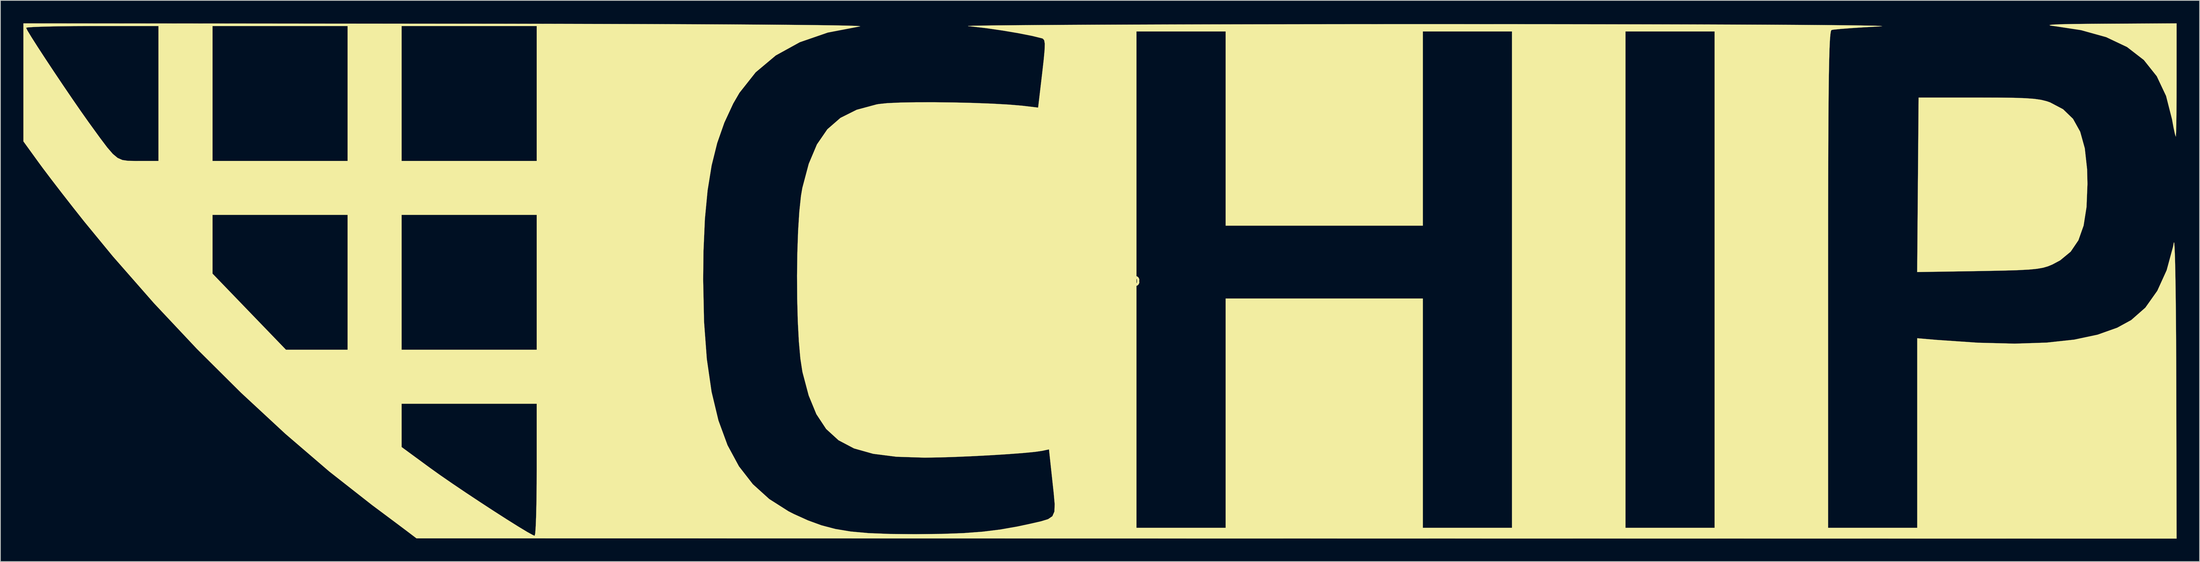
<source format=kicad_pcb>
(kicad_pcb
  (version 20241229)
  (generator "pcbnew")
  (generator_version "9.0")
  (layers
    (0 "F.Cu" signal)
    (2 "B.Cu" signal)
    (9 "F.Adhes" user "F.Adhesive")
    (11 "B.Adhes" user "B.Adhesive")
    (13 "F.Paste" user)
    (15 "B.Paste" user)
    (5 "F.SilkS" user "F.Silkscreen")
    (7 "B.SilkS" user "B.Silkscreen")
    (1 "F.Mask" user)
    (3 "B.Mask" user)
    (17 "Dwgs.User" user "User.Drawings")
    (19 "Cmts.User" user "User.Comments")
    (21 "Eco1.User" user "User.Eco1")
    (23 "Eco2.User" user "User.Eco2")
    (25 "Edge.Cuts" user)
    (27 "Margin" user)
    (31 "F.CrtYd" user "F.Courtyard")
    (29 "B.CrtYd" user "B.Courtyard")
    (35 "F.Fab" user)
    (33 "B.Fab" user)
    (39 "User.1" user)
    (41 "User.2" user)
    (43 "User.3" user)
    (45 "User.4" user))
  (footprint "logo_chip"
    (layer "F.Cu")
    (at 140.411 33.519)
    (property "Reference" "logo_chip" (at 0 0 0) (layer "F.SilkS") (effects (font (size 1.524 1.524) (thickness 0.3))))
    (attr through_hole)
    (fp_poly (pts (xy 140.758 -26.106) (xy 140.754 -23.905) (xy 140.74 -21.965) (xy 140.72 -20.388) (xy 140.694 -19.276) (xy 140.664 -18.734) (xy 140.654 -18.697) (xy 140.546 -19.015) (xy 140.366 -19.847) (xy 140.16 -20.97) (xy 139.384 -24.023) (xy 138.168 -26.599) (xy 136.48 -28.723) (xy 134.289 -30.419) (xy 131.564 -31.712) (xy 128.275 -32.627) (xy 124.93 -33.135) (xy 124.279 -33.222) (xy 124.152 -33.293) (xy 124.58 -33.351) (xy 125.596 -33.396) (xy 127.232 -33.43) (xy 129.519 -33.454) (xy 131.498 -33.467) (xy 140.758 -33.514) (xy 140.758 -26.106)) (stroke (width 0.01) (type solid)) (fill yes) (layer "F.SilkS"))
    (fp_poly (pts (xy 117.465 -23.805) (xy 119.501 -23.779) (xy 121.046 -23.725) (xy 122.204 -23.638) (xy 123.083 -23.51) (xy 123.789 -23.333) (xy 124.25 -23.172) (xy 125.936 -22.282) (xy 127.232 -21.028) (xy 128.167 -19.348) (xy 128.77 -17.175) (xy 129.07 -14.448) (xy 129.117 -12.524) (xy 128.997 -9.501) (xy 128.615 -7.068) (xy 127.936 -5.147) (xy 126.928 -3.658) (xy 125.556 -2.525) (xy 124.542 -1.982) (xy 123.959 -1.742) (xy 123.324 -1.557) (xy 122.533 -1.418) (xy 121.482 -1.315) (xy 120.068 -1.24) (xy 118.185 -1.183) (xy 115.731 -1.134) (xy 114.912 -1.12) (xy 106.882 -0.991) (xy 106.975 -12.402) (xy 107.068 -23.812) (xy 114.829 -23.812) (xy 117.465 -23.805)) (stroke (width 0.01) (type solid)) (fill yes) (layer "F.SilkS"))
    (fp_poly (pts (xy -84.578 -33.469) (xy -77.314 -33.462) (xy -70.503 -33.45) (xy -64.164 -33.436) (xy -58.317 -33.419) (xy -52.982 -33.398) (xy -48.18 -33.375) (xy -43.93 -33.349) (xy -40.251 -33.32) (xy -37.165 -33.289) (xy -34.69 -33.255) (xy -32.846 -33.219) (xy -31.654 -33.182) (xy -31.134 -33.142) (xy -31.187 -33.112) (xy -35.371 -32.311) (xy -39.026 -31.048) (xy -42.162 -29.318) (xy -44.785 -27.115) (xy -46.904 -24.433) (xy -47.717 -23.031) (xy -48.877 -20.53) (xy -49.811 -17.862) (xy -50.536 -14.937) (xy -51.065 -11.662) (xy -51.416 -7.948) (xy -51.602 -3.703) (xy -51.644 0) (xy -51.527 5.507) (xy -51.165 10.386) (xy -50.544 14.677) (xy -49.648 18.419) (xy -48.462 21.653) (xy -46.969 24.417) (xy -45.156 26.752) (xy -43.007 28.697) (xy -40.506 30.291) (xy -39.794 30.654) (xy -37.957 31.486) (xy -36.195 32.13) (xy -34.377 32.608) (xy -32.373 32.941) (xy -30.055 33.15) (xy -27.291 33.258) (xy -23.989 33.286) (xy -20.567 33.253) (xy -17.682 33.151) (xy -15.169 32.965) (xy -12.862 32.681) (xy -10.594 32.283) (xy -8.9 31.919) (xy -7.536 31.608) (xy -6.606 31.325) (xy -6.042 30.94) (xy -5.776 30.326) (xy -5.741 29.356) (xy -5.869 27.901) (xy -6.023 26.487) (xy -6.484 22.198) (xy -7.387 22.391) (xy -8.301 22.524) (xy -9.778 22.667) (xy -11.676 22.812) (xy -13.854 22.95) (xy -16.17 23.074) (xy -18.482 23.175) (xy -20.648 23.246) (xy -22.525 23.277) (xy -22.778 23.278) (xy -26.414 23.163) (xy -29.447 22.777) (xy -31.943 22.074) (xy -33.966 21.007) (xy -35.583 19.53) (xy -36.86 17.595) (xy -37.862 15.157) (xy -38.655 12.169) (xy -38.692 11.994) (xy -38.949 10.315) (xy -39.147 8.079) (xy -39.285 5.431) (xy -39.364 2.516) (xy -39.384 -0.519) (xy -39.344 -3.53) (xy -39.245 -6.37) (xy -39.086 -8.895) (xy -38.868 -10.958) (xy -38.692 -11.994) (xy -37.855 -15.149) (xy -36.786 -17.684) (xy -35.426 -19.664) (xy -33.717 -21.152) (xy -31.6 -22.212) (xy -29.018 -22.909) (xy -28.712 -22.964) (xy -27.606 -23.08) (xy -25.934 -23.156) (xy -23.835 -23.195) (xy -21.447 -23.198) (xy -18.91 -23.168) (xy -16.36 -23.106) (xy -13.938 -23.015) (xy -11.782 -22.895) (xy -10.03 -22.749) (xy -9.684 -22.71) (xy -7.903 -22.496) (xy -7.379 -26.947) (xy -7.17 -28.797) (xy -7.055 -30.063) (xy -7.034 -30.86) (xy -7.109 -31.304) (xy -7.279 -31.509) (xy -7.397 -31.557) (xy -8.712 -31.879) (xy -10.506 -32.232) (xy -11.834 -32.456) (xy 4.939 -32.456) (xy 4.939 32.456) (xy 16.581 32.456) (xy 16.581 2.469) (xy 42.333 2.469) (xy 42.333 32.456) (xy 53.975 32.456) (xy 53.975 -32.456) (xy 68.792 -32.456) (xy 68.792 32.456) (xy 80.433 32.456) (xy 80.433 -32.456) (xy 68.792 -32.456) (xy 53.975 -32.456) (xy 42.333 -32.456) (xy 42.333 -7.056) (xy 16.581 -7.056) (xy 16.581 -32.456) (xy 4.939 -32.456) (xy -11.834 -32.456) (xy -12.554 -32.577) (xy -14.633 -32.879) (xy -16.517 -33.1) (xy -17.044 -33.147) (xy -17.036 -33.175) (xy -16.356 -33.202) (xy -15.035 -33.227) (xy -13.107 -33.252) (xy -10.605 -33.275) (xy -7.56 -33.297) (xy -4.007 -33.318) (xy 0.023 -33.337) (xy 4.497 -33.354) (xy 9.382 -33.369) (xy 14.645 -33.382) (xy 20.254 -33.393) (xy 26.175 -33.401) (xy 32.376 -33.407) (xy 38.825 -33.411) (xy 43.744 -33.411) (xy 51.449 -33.409) (xy 58.679 -33.405) (xy 65.416 -33.397) (xy 71.645 -33.386) (xy 77.349 -33.373) (xy 82.511 -33.357) (xy 87.115 -33.338) (xy 91.144 -33.317) (xy 94.581 -33.293) (xy 97.411 -33.267) (xy 99.616 -33.239) (xy 101.179 -33.209) (xy 102.085 -33.176) (xy 102.316 -33.142) (xy 101.953 -33.11) (xy 99.975 -33.001) (xy 98.231 -32.888) (xy 96.848 -32.782) (xy 95.954 -32.692) (xy 95.691 -32.645) (xy 95.613 -32.481) (xy 95.544 -32.03) (xy 95.484 -31.254) (xy 95.432 -30.119) (xy 95.388 -28.588) (xy 95.35 -26.625) (xy 95.32 -24.195) (xy 95.296 -21.262) (xy 95.277 -17.79) (xy 95.264 -13.743) (xy 95.255 -9.085) (xy 95.251 -3.78) (xy 95.25 -0.011) (xy 95.25 32.456) (xy 106.892 32.456) (xy 106.892 7.664) (xy 109.449 7.883) (xy 114.844 8.251) (xy 119.609 8.37) (xy 123.776 8.236) (xy 127.375 7.848) (xy 130.438 7.2) (xy 132.997 6.291) (xy 134.827 5.291) (xy 136.676 3.665) (xy 138.236 1.463) (xy 139.459 -1.227) (xy 140.297 -4.316) (xy 140.394 -4.855) (xy 140.447 -4.833) (xy 140.498 -4.156) (xy 140.546 -2.877) (xy 140.59 -1.046) (xy 140.629 1.284) (xy 140.663 4.063) (xy 140.689 7.239) (xy 140.708 10.76) (xy 140.717 13.67) (xy 140.758 33.867) (xy 25.841 33.85) (xy -89.076 33.834) (xy -90.135 33.03) (xy -90.822 32.512) (xy -91.927 31.683) (xy -93.301 30.656) (xy -94.795 29.541) (xy -94.897 29.464) (xy -100.468 25.088) (xy -106.202 20.16) (xy -110.439 16.228) (xy -91.017 16.228) (xy -91.017 21.894) (xy -87.31 24.617) (xy -86.006 25.551) (xy -84.42 26.647) (xy -82.653 27.842) (xy -80.805 29.068) (xy -78.976 30.263) (xy -77.267 31.36) (xy -75.777 32.295) (xy -74.606 33.002) (xy -73.855 33.416) (xy -73.642 33.498) (xy -73.569 33.166) (xy -73.504 32.223) (xy -73.449 30.765) (xy -73.408 28.887) (xy -73.384 26.685) (xy -73.378 24.871) (xy -73.378 16.228) (xy -91.017 16.228) (xy -110.439 16.228) (xy -111.997 14.782) (xy -117.749 9.056) (xy -123.356 3.084) (xy -128.714 -3.033) (xy -132.452 -7.585) (xy -133.149 -8.467) (xy -115.711 -8.467) (xy -115.711 -0.787) (xy -110.914 4.193) (xy -106.116 9.172) (xy -98.072 9.172) (xy -98.072 -8.467) (xy -91.017 -8.467) (xy -91.017 9.172) (xy -73.378 9.172) (xy -73.378 -8.467) (xy -91.017 -8.467) (xy -98.072 -8.467) (xy -115.711 -8.467) (xy -133.149 -8.467) (xy -133.911 -9.431) (xy -135.388 -11.326) (xy -136.753 -13.103) (xy -137.881 -14.598) (xy -138.398 -15.302) (xy -140.406 -18.08) (xy -140.406 -32.935) (xy -140.053 -32.935) (xy -139.864 -32.553) (xy -139.34 -31.69) (xy -138.55 -30.447) (xy -137.558 -28.924) (xy -136.433 -27.222) (xy -135.239 -25.441) (xy -134.044 -23.682) (xy -132.915 -22.045) (xy -131.917 -20.63) (xy -131.668 -20.285) (xy -130.406 -18.543) (xy -129.46 -17.288) (xy -128.727 -16.438) (xy -128.101 -15.916) (xy -127.476 -15.642) (xy -126.748 -15.537) (xy -125.812 -15.521) (xy -125.351 -15.522) (xy -122.767 -15.522) (xy -122.767 -33.161) (xy -115.711 -33.161) (xy -115.711 -15.522) (xy -98.072 -15.522) (xy -98.072 -33.161) (xy -91.017 -33.161) (xy -91.017 -15.522) (xy -73.378 -15.522) (xy -73.378 -33.161) (xy -91.017 -33.161) (xy -98.072 -33.161) (xy -115.711 -33.161) (xy -122.767 -33.161) (xy -131.41 -33.161) (xy -133.795 -33.152) (xy -135.928 -33.128) (xy -137.714 -33.089) (xy -139.056 -33.04) (xy -139.86 -32.983) (xy -140.053 -32.935) (xy -140.406 -32.935) (xy -140.406 -33.514) (xy -84.578 -33.469)) (stroke (width 0.01) (type solid)) (fill yes) (layer "F.SilkS")))
  (gr_rect
    (start -3 -3)
    (end 284.174 70.391)
    (stroke (width 0.1) (type default))
    (fill no)
    (layer "Edge.Cuts")))
</source>
